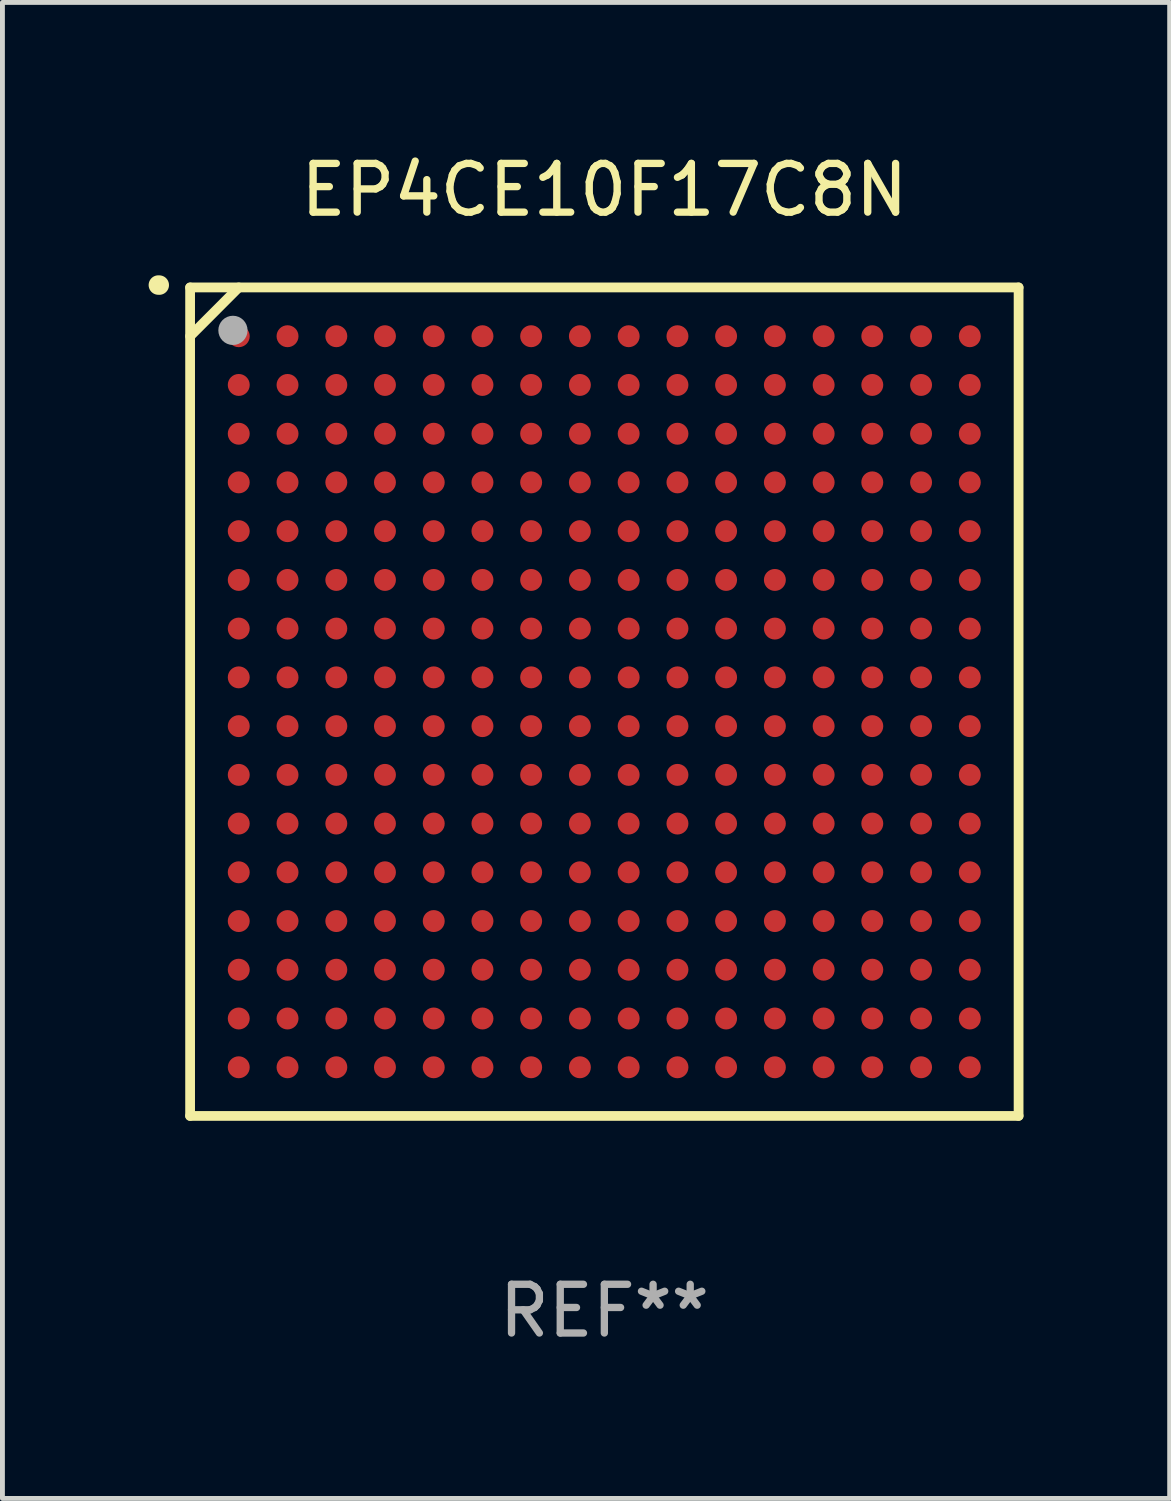
<source format=kicad_pcb>
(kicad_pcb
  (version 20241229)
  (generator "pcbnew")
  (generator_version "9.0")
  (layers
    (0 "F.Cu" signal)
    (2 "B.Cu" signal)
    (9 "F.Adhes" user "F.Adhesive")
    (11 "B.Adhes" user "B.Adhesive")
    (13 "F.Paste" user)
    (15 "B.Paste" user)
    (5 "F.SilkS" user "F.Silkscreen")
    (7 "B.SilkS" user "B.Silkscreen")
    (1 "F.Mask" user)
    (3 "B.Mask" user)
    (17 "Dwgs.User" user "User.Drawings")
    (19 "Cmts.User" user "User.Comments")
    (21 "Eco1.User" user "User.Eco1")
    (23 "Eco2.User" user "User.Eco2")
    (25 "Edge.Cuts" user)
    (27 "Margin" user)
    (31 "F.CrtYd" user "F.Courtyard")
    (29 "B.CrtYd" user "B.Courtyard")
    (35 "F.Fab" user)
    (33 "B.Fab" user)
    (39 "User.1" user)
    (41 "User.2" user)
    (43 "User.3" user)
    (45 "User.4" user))
  (footprint "EP4CE10F17C8N"
    (layer "F.Cu")
    (at 9.351 11.348)
    (property "Reference" "EP4CE10F17C8N" (at 0 -10.5 0) (layer "F.SilkS") (effects (font (size 1 1) (thickness 0.15))))
    (attr through_hole)
    (fp_line (start -8.5 -8.5) (end 8.5 -8.5) (stroke (width 0.2) (type solid)) (layer "F.SilkS"))
    (fp_line (start -8.5 -7.499) (end -7.502 -8.5) (stroke (width 0.2) (type solid)) (layer "F.SilkS"))
    (fp_line (start -8.5 8.5) (end -8.5 -8.5) (stroke (width 0.2) (type solid)) (layer "F.SilkS"))
    (fp_line (start 8.5 -8.5) (end 8.5 8.5) (stroke (width 0.2) (type solid)) (layer "F.SilkS"))
    (fp_line (start 8.5 8.5) (end -8.5 8.5) (stroke (width 0.2) (type solid)) (layer "F.SilkS"))
    (fp_arc (start -9.151181 -8.548768) (mid -9.142295 -8.548541) (end -9.133426 -8.547955) (stroke (width 0.4) (type solid)) (layer "F.SilkS"))
    (fp_circle (center -8.501 -8.499) (end -8.471 -8.499) (stroke (width 0.06) (type solid)) (fill no) (layer "F.SilkS"))
    (fp_circle (center -7.621 -7.619) (end -7.471 -7.619) (stroke (width 0.3) (type solid)) (fill no) (layer "F.Fab"))
    (fp_text user "REF**" (at 0 12.5 0) (layer "F.Fab") (effects (font (size 1 1) (thickness 0.15))))
    (pad "A1" smd circle (at -7.502 -7.499) (size 0.45 0.45) (layers "F.Cu" "F.Mask" "F.Paste"))
    (pad "A2" smd circle (at -6.501 -7.499) (size 0.45 0.45) (layers "F.Cu" "F.Mask" "F.Paste"))
    (pad "A3" smd circle (at -5.5 -7.499) (size 0.45 0.45) (layers "F.Cu" "F.Mask" "F.Paste"))
    (pad "A4" smd circle (at -4.502 -7.499) (size 0.45 0.45) (layers "F.Cu" "F.Mask" "F.Paste"))
    (pad "A5" smd circle (at -3.501 -7.499) (size 0.45 0.45) (layers "F.Cu" "F.Mask" "F.Paste"))
    (pad "A6" smd circle (at -2.501 -7.499) (size 0.45 0.45) (layers "F.Cu" "F.Mask" "F.Paste"))
    (pad "A7" smd circle (at -1.502 -7.499) (size 0.45 0.45) (layers "F.Cu" "F.Mask" "F.Paste"))
    (pad "A8" smd circle (at -0.502 -7.499) (size 0.45 0.45) (layers "F.Cu" "F.Mask" "F.Paste"))
    (pad "A9" smd circle (at 0.499 -7.499) (size 0.45 0.45) (layers "F.Cu" "F.Mask" "F.Paste"))
    (pad "A10" smd circle (at 1.5 -7.499) (size 0.45 0.45) (layers "F.Cu" "F.Mask" "F.Paste"))
    (pad "A11" smd circle (at 2.498 -7.499) (size 0.45 0.45) (layers "F.Cu" "F.Mask" "F.Paste"))
    (pad "A12" smd circle (at 3.499 -7.499) (size 0.45 0.45) (layers "F.Cu" "F.Mask" "F.Paste"))
    (pad "A13" smd circle (at 4.5 -7.499) (size 0.45 0.45) (layers "F.Cu" "F.Mask" "F.Paste"))
    (pad "A14" smd circle (at 5.498 -7.499) (size 0.45 0.45) (layers "F.Cu" "F.Mask" "F.Paste"))
    (pad "A15" smd circle (at 6.499 -7.499) (size 0.45 0.45) (layers "F.Cu" "F.Mask" "F.Paste"))
    (pad "A16" smd circle (at 7.499 -7.499) (size 0.45 0.45) (layers "F.Cu" "F.Mask" "F.Paste"))
    (pad "B1" smd circle (at -7.502 -6.499) (size 0.45 0.45) (layers "F.Cu" "F.Mask" "F.Paste"))
    (pad "B2" smd circle (at -6.501 -6.499) (size 0.45 0.45) (layers "F.Cu" "F.Mask" "F.Paste"))
    (pad "B3" smd circle (at -5.5 -6.499) (size 0.45 0.45) (layers "F.Cu" "F.Mask" "F.Paste"))
    (pad "B4" smd circle (at -4.502 -6.499) (size 0.45 0.45) (layers "F.Cu" "F.Mask" "F.Paste"))
    (pad "B5" smd circle (at -3.501 -6.499) (size 0.45 0.45) (layers "F.Cu" "F.Mask" "F.Paste"))
    (pad "B6" smd circle (at -2.501 -6.499) (size 0.45 0.45) (layers "F.Cu" "F.Mask" "F.Paste"))
    (pad "B7" smd circle (at -1.502 -6.499) (size 0.45 0.45) (layers "F.Cu" "F.Mask" "F.Paste"))
    (pad "B8" smd circle (at -0.502 -6.499) (size 0.45 0.45) (layers "F.Cu" "F.Mask" "F.Paste"))
    (pad "B9" smd circle (at 0.499 -6.499) (size 0.45 0.45) (layers "F.Cu" "F.Mask" "F.Paste"))
    (pad "B10" smd circle (at 1.5 -6.499) (size 0.45 0.45) (layers "F.Cu" "F.Mask" "F.Paste"))
    (pad "B11" smd circle (at 2.498 -6.499) (size 0.45 0.45) (layers "F.Cu" "F.Mask" "F.Paste"))
    (pad "B12" smd circle (at 3.499 -6.499) (size 0.45 0.45) (layers "F.Cu" "F.Mask" "F.Paste"))
    (pad "B13" smd circle (at 4.5 -6.499) (size 0.45 0.45) (layers "F.Cu" "F.Mask" "F.Paste"))
    (pad "B14" smd circle (at 5.498 -6.499) (size 0.45 0.45) (layers "F.Cu" "F.Mask" "F.Paste"))
    (pad "B15" smd circle (at 6.499 -6.499) (size 0.45 0.45) (layers "F.Cu" "F.Mask" "F.Paste"))
    (pad "B16" smd circle (at 7.499 -6.499) (size 0.45 0.45) (layers "F.Cu" "F.Mask" "F.Paste"))
    (pad "C1" smd circle (at -7.502 -5.498) (size 0.45 0.45) (layers "F.Cu" "F.Mask" "F.Paste"))
    (pad "C2" smd circle (at -6.501 -5.498) (size 0.45 0.45) (layers "F.Cu" "F.Mask" "F.Paste"))
    (pad "C3" smd circle (at -5.5 -5.498) (size 0.45 0.45) (layers "F.Cu" "F.Mask" "F.Paste"))
    (pad "C4" smd circle (at -4.502 -5.498) (size 0.45 0.45) (layers "F.Cu" "F.Mask" "F.Paste"))
    (pad "C5" smd circle (at -3.501 -5.498) (size 0.45 0.45) (layers "F.Cu" "F.Mask" "F.Paste"))
    (pad "C6" smd circle (at -2.501 -5.498) (size 0.45 0.45) (layers "F.Cu" "F.Mask" "F.Paste"))
    (pad "C7" smd circle (at -1.502 -5.498) (size 0.45 0.45) (layers "F.Cu" "F.Mask" "F.Paste"))
    (pad "C8" smd circle (at -0.502 -5.498) (size 0.45 0.45) (layers "F.Cu" "F.Mask" "F.Paste"))
    (pad "C9" smd circle (at 0.499 -5.498) (size 0.45 0.45) (layers "F.Cu" "F.Mask" "F.Paste"))
    (pad "C10" smd circle (at 1.5 -5.498) (size 0.45 0.45) (layers "F.Cu" "F.Mask" "F.Paste"))
    (pad "C11" smd circle (at 2.498 -5.498) (size 0.45 0.45) (layers "F.Cu" "F.Mask" "F.Paste"))
    (pad "C12" smd circle (at 3.499 -5.498) (size 0.45 0.45) (layers "F.Cu" "F.Mask" "F.Paste"))
    (pad "C13" smd circle (at 4.5 -5.498) (size 0.45 0.45) (layers "F.Cu" "F.Mask" "F.Paste"))
    (pad "C14" smd circle (at 5.498 -5.498) (size 0.45 0.45) (layers "F.Cu" "F.Mask" "F.Paste"))
    (pad "C15" smd circle (at 6.499 -5.498) (size 0.45 0.45) (layers "F.Cu" "F.Mask" "F.Paste"))
    (pad "C16" smd circle (at 7.499 -5.498) (size 0.45 0.45) (layers "F.Cu" "F.Mask" "F.Paste"))
    (pad "D1" smd circle (at -7.502 -4.5) (size 0.45 0.45) (layers "F.Cu" "F.Mask" "F.Paste"))
    (pad "D2" smd circle (at -6.501 -4.5) (size 0.45 0.45) (layers "F.Cu" "F.Mask" "F.Paste"))
    (pad "D3" smd circle (at -5.5 -4.5) (size 0.45 0.45) (layers "F.Cu" "F.Mask" "F.Paste"))
    (pad "D4" smd circle (at -4.502 -4.5) (size 0.45 0.45) (layers "F.Cu" "F.Mask" "F.Paste"))
    (pad "D5" smd circle (at -3.501 -4.5) (size 0.45 0.45) (layers "F.Cu" "F.Mask" "F.Paste"))
    (pad "D6" smd circle (at -2.501 -4.5) (size 0.45 0.45) (layers "F.Cu" "F.Mask" "F.Paste"))
    (pad "D7" smd circle (at -1.502 -4.5) (size 0.45 0.45) (layers "F.Cu" "F.Mask" "F.Paste"))
    (pad "D8" smd circle (at -0.502 -4.5) (size 0.45 0.45) (layers "F.Cu" "F.Mask" "F.Paste"))
    (pad "D9" smd circle (at 0.499 -4.5) (size 0.45 0.45) (layers "F.Cu" "F.Mask" "F.Paste"))
    (pad "D10" smd circle (at 1.5 -4.5) (size 0.45 0.45) (layers "F.Cu" "F.Mask" "F.Paste"))
    (pad "D11" smd circle (at 2.498 -4.5) (size 0.45 0.45) (layers "F.Cu" "F.Mask" "F.Paste"))
    (pad "D12" smd circle (at 3.499 -4.5) (size 0.45 0.45) (layers "F.Cu" "F.Mask" "F.Paste"))
    (pad "D13" smd circle (at 4.5 -4.5) (size 0.45 0.45) (layers "F.Cu" "F.Mask" "F.Paste"))
    (pad "D14" smd circle (at 5.498 -4.5) (size 0.45 0.45) (layers "F.Cu" "F.Mask" "F.Paste"))
    (pad "D15" smd circle (at 6.499 -4.5) (size 0.45 0.45) (layers "F.Cu" "F.Mask" "F.Paste"))
    (pad "D16" smd circle (at 7.499 -4.5) (size 0.45 0.45) (layers "F.Cu" "F.Mask" "F.Paste"))
    (pad "E1" smd circle (at -7.502 -3.499) (size 0.45 0.45) (layers "F.Cu" "F.Mask" "F.Paste"))
    (pad "E2" smd circle (at -6.501 -3.499) (size 0.45 0.45) (layers "F.Cu" "F.Mask" "F.Paste"))
    (pad "E3" smd circle (at -5.5 -3.499) (size 0.45 0.45) (layers "F.Cu" "F.Mask" "F.Paste"))
    (pad "E4" smd circle (at -4.502 -3.499) (size 0.45 0.45) (layers "F.Cu" "F.Mask" "F.Paste"))
    (pad "E5" smd circle (at -3.501 -3.499) (size 0.45 0.45) (layers "F.Cu" "F.Mask" "F.Paste"))
    (pad "E6" smd circle (at -2.501 -3.499) (size 0.45 0.45) (layers "F.Cu" "F.Mask" "F.Paste"))
    (pad "E7" smd circle (at -1.502 -3.499) (size 0.45 0.45) (layers "F.Cu" "F.Mask" "F.Paste"))
    (pad "E8" smd circle (at -0.502 -3.499) (size 0.45 0.45) (layers "F.Cu" "F.Mask" "F.Paste"))
    (pad "E9" smd circle (at 0.499 -3.499) (size 0.45 0.45) (layers "F.Cu" "F.Mask" "F.Paste"))
    (pad "E10" smd circle (at 1.5 -3.499) (size 0.45 0.45) (layers "F.Cu" "F.Mask" "F.Paste"))
    (pad "E11" smd circle (at 2.498 -3.499) (size 0.45 0.45) (layers "F.Cu" "F.Mask" "F.Paste"))
    (pad "E12" smd circle (at 3.499 -3.499) (size 0.45 0.45) (layers "F.Cu" "F.Mask" "F.Paste"))
    (pad "E13" smd circle (at 4.5 -3.499) (size 0.45 0.45) (layers "F.Cu" "F.Mask" "F.Paste"))
    (pad "E14" smd circle (at 5.498 -3.499) (size 0.45 0.45) (layers "F.Cu" "F.Mask" "F.Paste"))
    (pad "E15" smd circle (at 6.499 -3.499) (size 0.45 0.45) (layers "F.Cu" "F.Mask" "F.Paste"))
    (pad "E16" smd circle (at 7.499 -3.499) (size 0.45 0.45) (layers "F.Cu" "F.Mask" "F.Paste"))
    (pad "F1" smd circle (at -7.502 -2.498) (size 0.45 0.45) (layers "F.Cu" "F.Mask" "F.Paste"))
    (pad "F2" smd circle (at -6.501 -2.498) (size 0.45 0.45) (layers "F.Cu" "F.Mask" "F.Paste"))
    (pad "F3" smd circle (at -5.5 -2.498) (size 0.45 0.45) (layers "F.Cu" "F.Mask" "F.Paste"))
    (pad "F4" smd circle (at -4.502 -2.498) (size 0.45 0.45) (layers "F.Cu" "F.Mask" "F.Paste"))
    (pad "F5" smd circle (at -3.501 -2.498) (size 0.45 0.45) (layers "F.Cu" "F.Mask" "F.Paste"))
    (pad "F6" smd circle (at -2.501 -2.498) (size 0.45 0.45) (layers "F.Cu" "F.Mask" "F.Paste"))
    (pad "F7" smd circle (at -1.502 -2.498) (size 0.45 0.45) (layers "F.Cu" "F.Mask" "F.Paste"))
    (pad "F8" smd circle (at -0.502 -2.498) (size 0.45 0.45) (layers "F.Cu" "F.Mask" "F.Paste"))
    (pad "F9" smd circle (at 0.499 -2.498) (size 0.45 0.45) (layers "F.Cu" "F.Mask" "F.Paste"))
    (pad "F10" smd circle (at 1.5 -2.498) (size 0.45 0.45) (layers "F.Cu" "F.Mask" "F.Paste"))
    (pad "F11" smd circle (at 2.498 -2.498) (size 0.45 0.45) (layers "F.Cu" "F.Mask" "F.Paste"))
    (pad "F12" smd circle (at 3.499 -2.498) (size 0.45 0.45) (layers "F.Cu" "F.Mask" "F.Paste"))
    (pad "F13" smd circle (at 4.5 -2.498) (size 0.45 0.45) (layers "F.Cu" "F.Mask" "F.Paste"))
    (pad "F14" smd circle (at 5.498 -2.498) (size 0.45 0.45) (layers "F.Cu" "F.Mask" "F.Paste"))
    (pad "F15" smd circle (at 6.499 -2.498) (size 0.45 0.45) (layers "F.Cu" "F.Mask" "F.Paste"))
    (pad "F16" smd circle (at 7.499 -2.498) (size 0.45 0.45) (layers "F.Cu" "F.Mask" "F.Paste"))
    (pad "G1" smd circle (at -7.502 -1.5) (size 0.45 0.45) (layers "F.Cu" "F.Mask" "F.Paste"))
    (pad "G2" smd circle (at -6.501 -1.5) (size 0.45 0.45) (layers "F.Cu" "F.Mask" "F.Paste"))
    (pad "G3" smd circle (at -5.5 -1.5) (size 0.45 0.45) (layers "F.Cu" "F.Mask" "F.Paste"))
    (pad "G4" smd circle (at -4.502 -1.5) (size 0.45 0.45) (layers "F.Cu" "F.Mask" "F.Paste"))
    (pad "G5" smd circle (at -3.501 -1.5) (size 0.45 0.45) (layers "F.Cu" "F.Mask" "F.Paste"))
    (pad "G6" smd circle (at -2.501 -1.5) (size 0.45 0.45) (layers "F.Cu" "F.Mask" "F.Paste"))
    (pad "G7" smd circle (at -1.502 -1.5) (size 0.45 0.45) (layers "F.Cu" "F.Mask" "F.Paste"))
    (pad "G8" smd circle (at -0.502 -1.5) (size 0.45 0.45) (layers "F.Cu" "F.Mask" "F.Paste"))
    (pad "G9" smd circle (at 0.499 -1.5) (size 0.45 0.45) (layers "F.Cu" "F.Mask" "F.Paste"))
    (pad "G10" smd circle (at 1.5 -1.5) (size 0.45 0.45) (layers "F.Cu" "F.Mask" "F.Paste"))
    (pad "G11" smd circle (at 2.498 -1.5) (size 0.45 0.45) (layers "F.Cu" "F.Mask" "F.Paste"))
    (pad "G12" smd circle (at 3.499 -1.5) (size 0.45 0.45) (layers "F.Cu" "F.Mask" "F.Paste"))
    (pad "G13" smd circle (at 4.5 -1.5) (size 0.45 0.45) (layers "F.Cu" "F.Mask" "F.Paste"))
    (pad "G14" smd circle (at 5.498 -1.5) (size 0.45 0.45) (layers "F.Cu" "F.Mask" "F.Paste"))
    (pad "G15" smd circle (at 6.499 -1.5) (size 0.45 0.45) (layers "F.Cu" "F.Mask" "F.Paste"))
    (pad "G16" smd circle (at 7.499 -1.5) (size 0.45 0.45) (layers "F.Cu" "F.Mask" "F.Paste"))
    (pad "H1" smd circle (at -7.502 -0.499) (size 0.45 0.45) (layers "F.Cu" "F.Mask" "F.Paste"))
    (pad "H2" smd circle (at -6.501 -0.499) (size 0.45 0.45) (layers "F.Cu" "F.Mask" "F.Paste"))
    (pad "H3" smd circle (at -5.5 -0.499) (size 0.45 0.45) (layers "F.Cu" "F.Mask" "F.Paste"))
    (pad "H4" smd circle (at -4.502 -0.499) (size 0.45 0.45) (layers "F.Cu" "F.Mask" "F.Paste"))
    (pad "H5" smd circle (at -3.501 -0.499) (size 0.45 0.45) (layers "F.Cu" "F.Mask" "F.Paste"))
    (pad "H6" smd circle (at -2.501 -0.499) (size 0.45 0.45) (layers "F.Cu" "F.Mask" "F.Paste"))
    (pad "H7" smd circle (at -1.502 -0.499) (size 0.45 0.45) (layers "F.Cu" "F.Mask" "F.Paste"))
    (pad "H8" smd circle (at -0.502 -0.499) (size 0.45 0.45) (layers "F.Cu" "F.Mask" "F.Paste"))
    (pad "H9" smd circle (at 0.499 -0.499) (size 0.45 0.45) (layers "F.Cu" "F.Mask" "F.Paste"))
    (pad "H10" smd circle (at 1.5 -0.499) (size 0.45 0.45) (layers "F.Cu" "F.Mask" "F.Paste"))
    (pad "H11" smd circle (at 2.498 -0.499) (size 0.45 0.45) (layers "F.Cu" "F.Mask" "F.Paste"))
    (pad "H12" smd circle (at 3.499 -0.499) (size 0.45 0.45) (layers "F.Cu" "F.Mask" "F.Paste"))
    (pad "H13" smd circle (at 4.5 -0.499) (size 0.45 0.45) (layers "F.Cu" "F.Mask" "F.Paste"))
    (pad "H14" smd circle (at 5.498 -0.499) (size 0.45 0.45) (layers "F.Cu" "F.Mask" "F.Paste"))
    (pad "H15" smd circle (at 6.499 -0.499) (size 0.45 0.45) (layers "F.Cu" "F.Mask" "F.Paste"))
    (pad "H16" smd circle (at 7.499 -0.499) (size 0.45 0.45) (layers "F.Cu" "F.Mask" "F.Paste"))
    (pad "J1" smd circle (at -7.502 0.502) (size 0.45 0.45) (layers "F.Cu" "F.Mask" "F.Paste"))
    (pad "J2" smd circle (at -6.501 0.502) (size 0.45 0.45) (layers "F.Cu" "F.Mask" "F.Paste"))
    (pad "J3" smd circle (at -5.5 0.502) (size 0.45 0.45) (layers "F.Cu" "F.Mask" "F.Paste"))
    (pad "J4" smd circle (at -4.502 0.502) (size 0.45 0.45) (layers "F.Cu" "F.Mask" "F.Paste"))
    (pad "J5" smd circle (at -3.501 0.502) (size 0.45 0.45) (layers "F.Cu" "F.Mask" "F.Paste"))
    (pad "J6" smd circle (at -2.501 0.502) (size 0.45 0.45) (layers "F.Cu" "F.Mask" "F.Paste"))
    (pad "J7" smd circle (at -1.502 0.502) (size 0.45 0.45) (layers "F.Cu" "F.Mask" "F.Paste"))
    (pad "J8" smd circle (at -0.502 0.502) (size 0.45 0.45) (layers "F.Cu" "F.Mask" "F.Paste"))
    (pad "J9" smd circle (at 0.499 0.502) (size 0.45 0.45) (layers "F.Cu" "F.Mask" "F.Paste"))
    (pad "J10" smd circle (at 1.5 0.502) (size 0.45 0.45) (layers "F.Cu" "F.Mask" "F.Paste"))
    (pad "J11" smd circle (at 2.498 0.502) (size 0.45 0.45) (layers "F.Cu" "F.Mask" "F.Paste"))
    (pad "J12" smd circle (at 3.499 0.502) (size 0.45 0.45) (layers "F.Cu" "F.Mask" "F.Paste"))
    (pad "J13" smd circle (at 4.5 0.502) (size 0.45 0.45) (layers "F.Cu" "F.Mask" "F.Paste"))
    (pad "J14" smd circle (at 5.498 0.502) (size 0.45 0.45) (layers "F.Cu" "F.Mask" "F.Paste"))
    (pad "J15" smd circle (at 6.499 0.502) (size 0.45 0.45) (layers "F.Cu" "F.Mask" "F.Paste"))
    (pad "J16" smd circle (at 7.499 0.502) (size 0.45 0.45) (layers "F.Cu" "F.Mask" "F.Paste"))
    (pad "K1" smd circle (at -7.502 1.502) (size 0.45 0.45) (layers "F.Cu" "F.Mask" "F.Paste"))
    (pad "K2" smd circle (at -6.501 1.502) (size 0.45 0.45) (layers "F.Cu" "F.Mask" "F.Paste"))
    (pad "K3" smd circle (at -5.5 1.502) (size 0.45 0.45) (layers "F.Cu" "F.Mask" "F.Paste"))
    (pad "K4" smd circle (at -4.502 1.502) (size 0.45 0.45) (layers "F.Cu" "F.Mask" "F.Paste"))
    (pad "K5" smd circle (at -3.501 1.502) (size 0.45 0.45) (layers "F.Cu" "F.Mask" "F.Paste"))
    (pad "K6" smd circle (at -2.501 1.502) (size 0.45 0.45) (layers "F.Cu" "F.Mask" "F.Paste"))
    (pad "K7" smd circle (at -1.502 1.502) (size 0.45 0.45) (layers "F.Cu" "F.Mask" "F.Paste"))
    (pad "K8" smd circle (at -0.502 1.502) (size 0.45 0.45) (layers "F.Cu" "F.Mask" "F.Paste"))
    (pad "K9" smd circle (at 0.499 1.502) (size 0.45 0.45) (layers "F.Cu" "F.Mask" "F.Paste"))
    (pad "K10" smd circle (at 1.5 1.502) (size 0.45 0.45) (layers "F.Cu" "F.Mask" "F.Paste"))
    (pad "K11" smd circle (at 2.498 1.502) (size 0.45 0.45) (layers "F.Cu" "F.Mask" "F.Paste"))
    (pad "K12" smd circle (at 3.499 1.502) (size 0.45 0.45) (layers "F.Cu" "F.Mask" "F.Paste"))
    (pad "K13" smd circle (at 4.5 1.502) (size 0.45 0.45) (layers "F.Cu" "F.Mask" "F.Paste"))
    (pad "K14" smd circle (at 5.498 1.502) (size 0.45 0.45) (layers "F.Cu" "F.Mask" "F.Paste"))
    (pad "K15" smd circle (at 6.499 1.502) (size 0.45 0.45) (layers "F.Cu" "F.Mask" "F.Paste"))
    (pad "K16" smd circle (at 7.499 1.502) (size 0.45 0.45) (layers "F.Cu" "F.Mask" "F.Paste"))
    (pad "L1" smd circle (at -7.502 2.501) (size 0.45 0.45) (layers "F.Cu" "F.Mask" "F.Paste"))
    (pad "L2" smd circle (at -6.501 2.501) (size 0.45 0.45) (layers "F.Cu" "F.Mask" "F.Paste"))
    (pad "L3" smd circle (at -5.5 2.501) (size 0.45 0.45) (layers "F.Cu" "F.Mask" "F.Paste"))
    (pad "L4" smd circle (at -4.502 2.501) (size 0.45 0.45) (layers "F.Cu" "F.Mask" "F.Paste"))
    (pad "L5" smd circle (at -3.501 2.501) (size 0.45 0.45) (layers "F.Cu" "F.Mask" "F.Paste"))
    (pad "L6" smd circle (at -2.501 2.501) (size 0.45 0.45) (layers "F.Cu" "F.Mask" "F.Paste"))
    (pad "L7" smd circle (at -1.502 2.501) (size 0.45 0.45) (layers "F.Cu" "F.Mask" "F.Paste"))
    (pad "L8" smd circle (at -0.502 2.501) (size 0.45 0.45) (layers "F.Cu" "F.Mask" "F.Paste"))
    (pad "L9" smd circle (at 0.499 2.501) (size 0.45 0.45) (layers "F.Cu" "F.Mask" "F.Paste"))
    (pad "L10" smd circle (at 1.5 2.501) (size 0.45 0.45) (layers "F.Cu" "F.Mask" "F.Paste"))
    (pad "L11" smd circle (at 2.498 2.501) (size 0.45 0.45) (layers "F.Cu" "F.Mask" "F.Paste"))
    (pad "L12" smd circle (at 3.499 2.501) (size 0.45 0.45) (layers "F.Cu" "F.Mask" "F.Paste"))
    (pad "L13" smd circle (at 4.5 2.501) (size 0.45 0.45) (layers "F.Cu" "F.Mask" "F.Paste"))
    (pad "L14" smd circle (at 5.498 2.501) (size 0.45 0.45) (layers "F.Cu" "F.Mask" "F.Paste"))
    (pad "L15" smd circle (at 6.499 2.501) (size 0.45 0.45) (layers "F.Cu" "F.Mask" "F.Paste"))
    (pad "L16" smd circle (at 7.499 2.501) (size 0.45 0.45) (layers "F.Cu" "F.Mask" "F.Paste"))
    (pad "M1" smd circle (at -7.502 3.501) (size 0.45 0.45) (layers "F.Cu" "F.Mask" "F.Paste"))
    (pad "M2" smd circle (at -6.501 3.501) (size 0.45 0.45) (layers "F.Cu" "F.Mask" "F.Paste"))
    (pad "M3" smd circle (at -5.5 3.501) (size 0.45 0.45) (layers "F.Cu" "F.Mask" "F.Paste"))
    (pad "M4" smd circle (at -4.502 3.501) (size 0.45 0.45) (layers "F.Cu" "F.Mask" "F.Paste"))
    (pad "M5" smd circle (at -3.501 3.501) (size 0.45 0.45) (layers "F.Cu" "F.Mask" "F.Paste"))
    (pad "M6" smd circle (at -2.501 3.501) (size 0.45 0.45) (layers "F.Cu" "F.Mask" "F.Paste"))
    (pad "M7" smd circle (at -1.502 3.501) (size 0.45 0.45) (layers "F.Cu" "F.Mask" "F.Paste"))
    (pad "M8" smd circle (at -0.502 3.501) (size 0.45 0.45) (layers "F.Cu" "F.Mask" "F.Paste"))
    (pad "M9" smd circle (at 0.499 3.501) (size 0.45 0.45) (layers "F.Cu" "F.Mask" "F.Paste"))
    (pad "M10" smd circle (at 1.5 3.501) (size 0.45 0.45) (layers "F.Cu" "F.Mask" "F.Paste"))
    (pad "M11" smd circle (at 2.498 3.501) (size 0.45 0.45) (layers "F.Cu" "F.Mask" "F.Paste"))
    (pad "M12" smd circle (at 3.499 3.501) (size 0.45 0.45) (layers "F.Cu" "F.Mask" "F.Paste"))
    (pad "M13" smd circle (at 4.5 3.501) (size 0.45 0.45) (layers "F.Cu" "F.Mask" "F.Paste"))
    (pad "M14" smd circle (at 5.498 3.501) (size 0.45 0.45) (layers "F.Cu" "F.Mask" "F.Paste"))
    (pad "M15" smd circle (at 6.499 3.501) (size 0.45 0.45) (layers "F.Cu" "F.Mask" "F.Paste"))
    (pad "M16" smd circle (at 7.499 3.501) (size 0.45 0.45) (layers "F.Cu" "F.Mask" "F.Paste"))
    (pad "N1" smd circle (at -7.502 4.502) (size 0.45 0.45) (layers "F.Cu" "F.Mask" "F.Paste"))
    (pad "N2" smd circle (at -6.501 4.502) (size 0.45 0.45) (layers "F.Cu" "F.Mask" "F.Paste"))
    (pad "N3" smd circle (at -5.5 4.502) (size 0.45 0.45) (layers "F.Cu" "F.Mask" "F.Paste"))
    (pad "N4" smd circle (at -4.502 4.502) (size 0.45 0.45) (layers "F.Cu" "F.Mask" "F.Paste"))
    (pad "N5" smd circle (at -3.501 4.502) (size 0.45 0.45) (layers "F.Cu" "F.Mask" "F.Paste"))
    (pad "N6" smd circle (at -2.501 4.502) (size 0.45 0.45) (layers "F.Cu" "F.Mask" "F.Paste"))
    (pad "N7" smd circle (at -1.502 4.502) (size 0.45 0.45) (layers "F.Cu" "F.Mask" "F.Paste"))
    (pad "N8" smd circle (at -0.502 4.502) (size 0.45 0.45) (layers "F.Cu" "F.Mask" "F.Paste"))
    (pad "N9" smd circle (at 0.499 4.502) (size 0.45 0.45) (layers "F.Cu" "F.Mask" "F.Paste"))
    (pad "N10" smd circle (at 1.5 4.502) (size 0.45 0.45) (layers "F.Cu" "F.Mask" "F.Paste"))
    (pad "N11" smd circle (at 2.498 4.502) (size 0.45 0.45) (layers "F.Cu" "F.Mask" "F.Paste"))
    (pad "N12" smd circle (at 3.499 4.502) (size 0.45 0.45) (layers "F.Cu" "F.Mask" "F.Paste"))
    (pad "N13" smd circle (at 4.5 4.502) (size 0.45 0.45) (layers "F.Cu" "F.Mask" "F.Paste"))
    (pad "N14" smd circle (at 5.498 4.502) (size 0.45 0.45) (layers "F.Cu" "F.Mask" "F.Paste"))
    (pad "N15" smd circle (at 6.499 4.502) (size 0.45 0.45) (layers "F.Cu" "F.Mask" "F.Paste"))
    (pad "N16" smd circle (at 7.499 4.502) (size 0.45 0.45) (layers "F.Cu" "F.Mask" "F.Paste"))
    (pad "P1" smd circle (at -7.502 5.5) (size 0.45 0.45) (layers "F.Cu" "F.Mask" "F.Paste"))
    (pad "P2" smd circle (at -6.501 5.5) (size 0.45 0.45) (layers "F.Cu" "F.Mask" "F.Paste"))
    (pad "P3" smd circle (at -5.5 5.5) (size 0.45 0.45) (layers "F.Cu" "F.Mask" "F.Paste"))
    (pad "P4" smd circle (at -4.502 5.5) (size 0.45 0.45) (layers "F.Cu" "F.Mask" "F.Paste"))
    (pad "P5" smd circle (at -3.501 5.5) (size 0.45 0.45) (layers "F.Cu" "F.Mask" "F.Paste"))
    (pad "P6" smd circle (at -2.501 5.5) (size 0.45 0.45) (layers "F.Cu" "F.Mask" "F.Paste"))
    (pad "P7" smd circle (at -1.502 5.5) (size 0.45 0.45) (layers "F.Cu" "F.Mask" "F.Paste"))
    (pad "P8" smd circle (at -0.502 5.5) (size 0.45 0.45) (layers "F.Cu" "F.Mask" "F.Paste"))
    (pad "P9" smd circle (at 0.499 5.5) (size 0.45 0.45) (layers "F.Cu" "F.Mask" "F.Paste"))
    (pad "P10" smd circle (at 1.5 5.5) (size 0.45 0.45) (layers "F.Cu" "F.Mask" "F.Paste"))
    (pad "P11" smd circle (at 2.498 5.5) (size 0.45 0.45) (layers "F.Cu" "F.Mask" "F.Paste"))
    (pad "P12" smd circle (at 3.499 5.5) (size 0.45 0.45) (layers "F.Cu" "F.Mask" "F.Paste"))
    (pad "P13" smd circle (at 4.5 5.5) (size 0.45 0.45) (layers "F.Cu" "F.Mask" "F.Paste"))
    (pad "P14" smd circle (at 5.498 5.5) (size 0.45 0.45) (layers "F.Cu" "F.Mask" "F.Paste"))
    (pad "P15" smd circle (at 6.499 5.5) (size 0.45 0.45) (layers "F.Cu" "F.Mask" "F.Paste"))
    (pad "P16" smd circle (at 7.499 5.5) (size 0.45 0.45) (layers "F.Cu" "F.Mask" "F.Paste"))
    (pad "R1" smd circle (at -7.502 6.501) (size 0.45 0.45) (layers "F.Cu" "F.Mask" "F.Paste"))
    (pad "R2" smd circle (at -6.501 6.501) (size 0.45 0.45) (layers "F.Cu" "F.Mask" "F.Paste"))
    (pad "R3" smd circle (at -5.5 6.501) (size 0.45 0.45) (layers "F.Cu" "F.Mask" "F.Paste"))
    (pad "R4" smd circle (at -4.502 6.501) (size 0.45 0.45) (layers "F.Cu" "F.Mask" "F.Paste"))
    (pad "R5" smd circle (at -3.501 6.501) (size 0.45 0.45) (layers "F.Cu" "F.Mask" "F.Paste"))
    (pad "R6" smd circle (at -2.501 6.501) (size 0.45 0.45) (layers "F.Cu" "F.Mask" "F.Paste"))
    (pad "R7" smd circle (at -1.502 6.501) (size 0.45 0.45) (layers "F.Cu" "F.Mask" "F.Paste"))
    (pad "R8" smd circle (at -0.502 6.501) (size 0.45 0.45) (layers "F.Cu" "F.Mask" "F.Paste"))
    (pad "R9" smd circle (at 0.499 6.501) (size 0.45 0.45) (layers "F.Cu" "F.Mask" "F.Paste"))
    (pad "R10" smd circle (at 1.5 6.501) (size 0.45 0.45) (layers "F.Cu" "F.Mask" "F.Paste"))
    (pad "R11" smd circle (at 2.498 6.501) (size 0.45 0.45) (layers "F.Cu" "F.Mask" "F.Paste"))
    (pad "R12" smd circle (at 3.499 6.501) (size 0.45 0.45) (layers "F.Cu" "F.Mask" "F.Paste"))
    (pad "R13" smd circle (at 4.5 6.501) (size 0.45 0.45) (layers "F.Cu" "F.Mask" "F.Paste"))
    (pad "R14" smd circle (at 5.498 6.501) (size 0.45 0.45) (layers "F.Cu" "F.Mask" "F.Paste"))
    (pad "R15" smd circle (at 6.499 6.501) (size 0.45 0.45) (layers "F.Cu" "F.Mask" "F.Paste"))
    (pad "R16" smd circle (at 7.499 6.501) (size 0.45 0.45) (layers "F.Cu" "F.Mask" "F.Paste"))
    (pad "T1" smd circle (at -7.502 7.502) (size 0.45 0.45) (layers "F.Cu" "F.Mask" "F.Paste"))
    (pad "T2" smd circle (at -6.501 7.502) (size 0.45 0.45) (layers "F.Cu" "F.Mask" "F.Paste"))
    (pad "T3" smd circle (at -5.5 7.502) (size 0.45 0.45) (layers "F.Cu" "F.Mask" "F.Paste"))
    (pad "T4" smd circle (at -4.502 7.502) (size 0.45 0.45) (layers "F.Cu" "F.Mask" "F.Paste"))
    (pad "T5" smd circle (at -3.501 7.502) (size 0.45 0.45) (layers "F.Cu" "F.Mask" "F.Paste"))
    (pad "T6" smd circle (at -2.501 7.502) (size 0.45 0.45) (layers "F.Cu" "F.Mask" "F.Paste"))
    (pad "T7" smd circle (at -1.502 7.502) (size 0.45 0.45) (layers "F.Cu" "F.Mask" "F.Paste"))
    (pad "T8" smd circle (at -0.502 7.502) (size 0.45 0.45) (layers "F.Cu" "F.Mask" "F.Paste"))
    (pad "T9" smd circle (at 0.499 7.502) (size 0.45 0.45) (layers "F.Cu" "F.Mask" "F.Paste"))
    (pad "T10" smd circle (at 1.5 7.502) (size 0.45 0.45) (layers "F.Cu" "F.Mask" "F.Paste"))
    (pad "T11" smd circle (at 2.498 7.502) (size 0.45 0.45) (layers "F.Cu" "F.Mask" "F.Paste"))
    (pad "T12" smd circle (at 3.499 7.502) (size 0.45 0.45) (layers "F.Cu" "F.Mask" "F.Paste"))
    (pad "T13" smd circle (at 4.5 7.502) (size 0.45 0.45) (layers "F.Cu" "F.Mask" "F.Paste"))
    (pad "T14" smd circle (at 5.498 7.502) (size 0.45 0.45) (layers "F.Cu" "F.Mask" "F.Paste"))
    (pad "T15" smd circle (at 6.499 7.502) (size 0.45 0.45) (layers "F.Cu" "F.Mask" "F.Paste"))
    (pad "T16" smd circle (at 7.499 7.502) (size 0.45 0.45) (layers "F.Cu" "F.Mask" "F.Paste")))
  (gr_rect
    (start -3 -3)
    (end 20.951 27.697)
    (stroke (width 0.1) (type default))
    (fill no)
    (layer "Edge.Cuts")))
</source>
